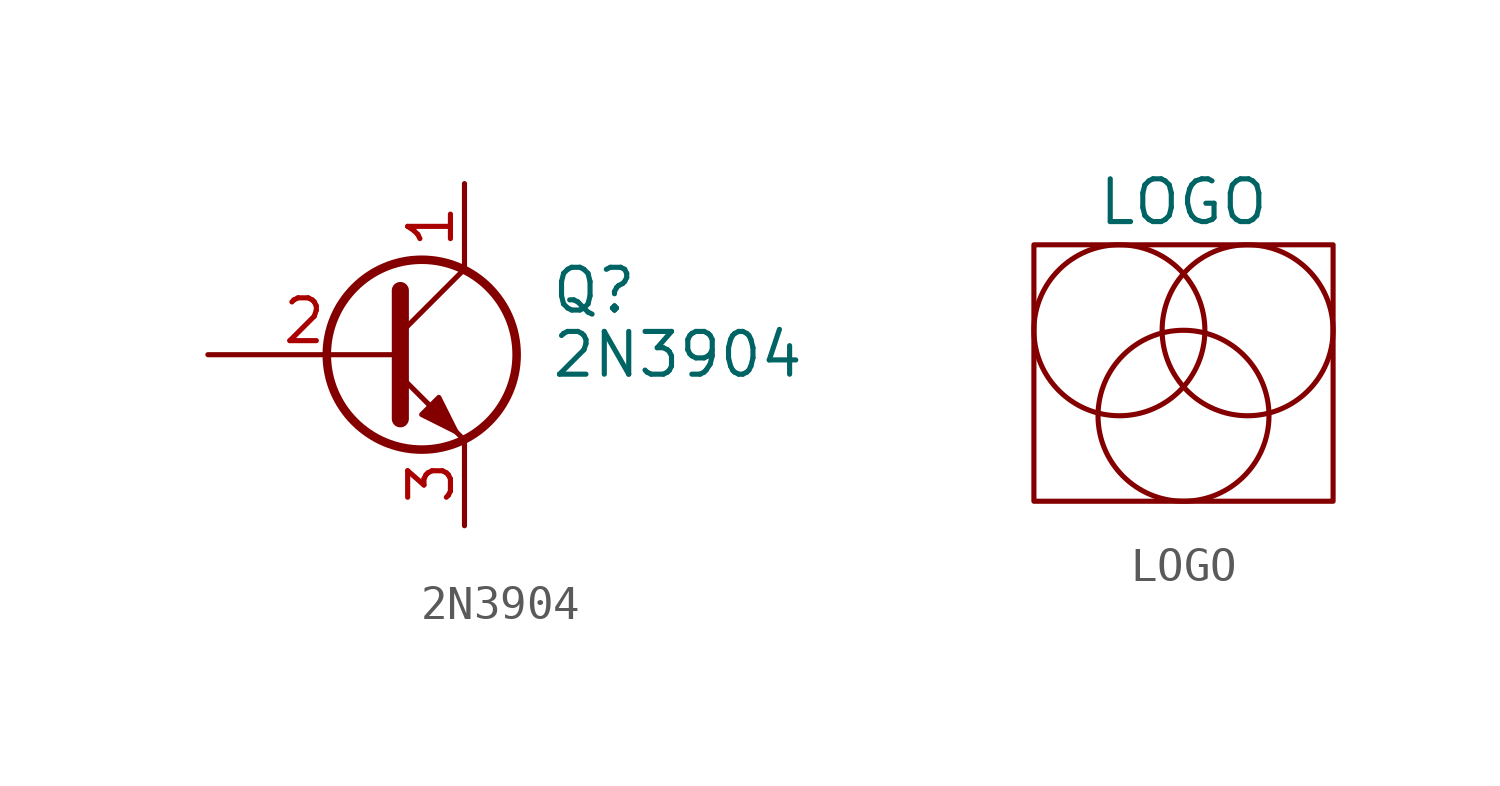
<source format=kicad_sym>
(kicad_symbol_lib
  (version 20211014)
  (generator kicad_symbol_editor)
  (symbol "2N3904"
    (pin_names
      (offset 0) hide)
    (property "Reference" "Q"
      (at 5.08 1.905 0)
      (effects (font (size 1.27 1.27)) (justify left)))
    (property "Value" "2N3904"
      (at 5.08 0 0)
      (effects (font (size 1.27 1.27)) (justify left)))
    (symbol "2N3904_0_1"
      (polyline (pts (xy 0.635 0.635) (xy 2.54 2.54)) (stroke (width 0) (type default) (color 0 0 0 0)) (fill (type none)))
      (polyline (pts (xy 0.635 -0.635) (xy 2.54 -2.54) (xy 2.54 -2.54)) (stroke (width 0) (type default) (color 0 0 0 0)) (fill (type none)))
      (polyline (pts (xy 0.635 1.905) (xy 0.635 -1.905) (xy 0.635 -1.905)) (stroke (width 0.508) (type default) (color 0 0 0 0)) (fill (type none)))
      (polyline (pts (xy 1.27 -1.778) (xy 1.778 -1.27) (xy 2.286 -2.286) (xy 1.27 -1.778) (xy 1.27 -1.778)) (stroke (width 0) (type default) (color 0 0 0 0)) (fill (type outline)))
      (circle (center 1.27 0) (radius 2.819) (stroke (width 0.254) (type default) (color 0 0 0 0)) (fill (type none))))
    (symbol "2N3904_1_1"
      (pin passive line (at 2.54 5.08 270) (length 2.54) (name "C" (effects (font (size 1.27 1.27)))) (number "1" (effects (font (size 1.27 1.27)))))
      (pin passive line (at -5.08 0 0) (length 5.715) (name "B" (effects (font (size 1.27 1.27)))) (number "2" (effects (font (size 1.27 1.27)))))
      (pin passive line (at 2.54 -5.08 90) (length 2.54) (name "E" (effects (font (size 1.27 1.27)))) (number "3" (effects (font (size 1.27 1.27)))))))
  (symbol "LOGO"
    (property "Reference" "LG"
      (at -3.81 -5.08 0)
      (effects (font (size 1.27 1.27)) hide))
    (property "Value" "LOGO"
      (at 0 5.08 0)
      (effects (font (size 1.27 1.27))))
    (symbol "LOGO_0_1"
      (rectangle (start -4.445 3.81) (end 4.445 -3.81) (stroke (width 0.152) (type default) (color 0 0 0 0)) (fill (type none)))
      (circle (center -1.905 1.27) (radius 2.54) (stroke (width 0.152) (type default) (color 0 0 0 0)) (fill (type none)))
      (circle (center 0 -1.27) (radius 2.54) (stroke (width 0.152) (type default) (color 0 0 0 0)) (fill (type none)))
      (circle (center 1.905 1.27) (radius 2.54) (stroke (width 0.152) (type default) (color 0 0 0 0)) (fill (type none))))))
</source>
